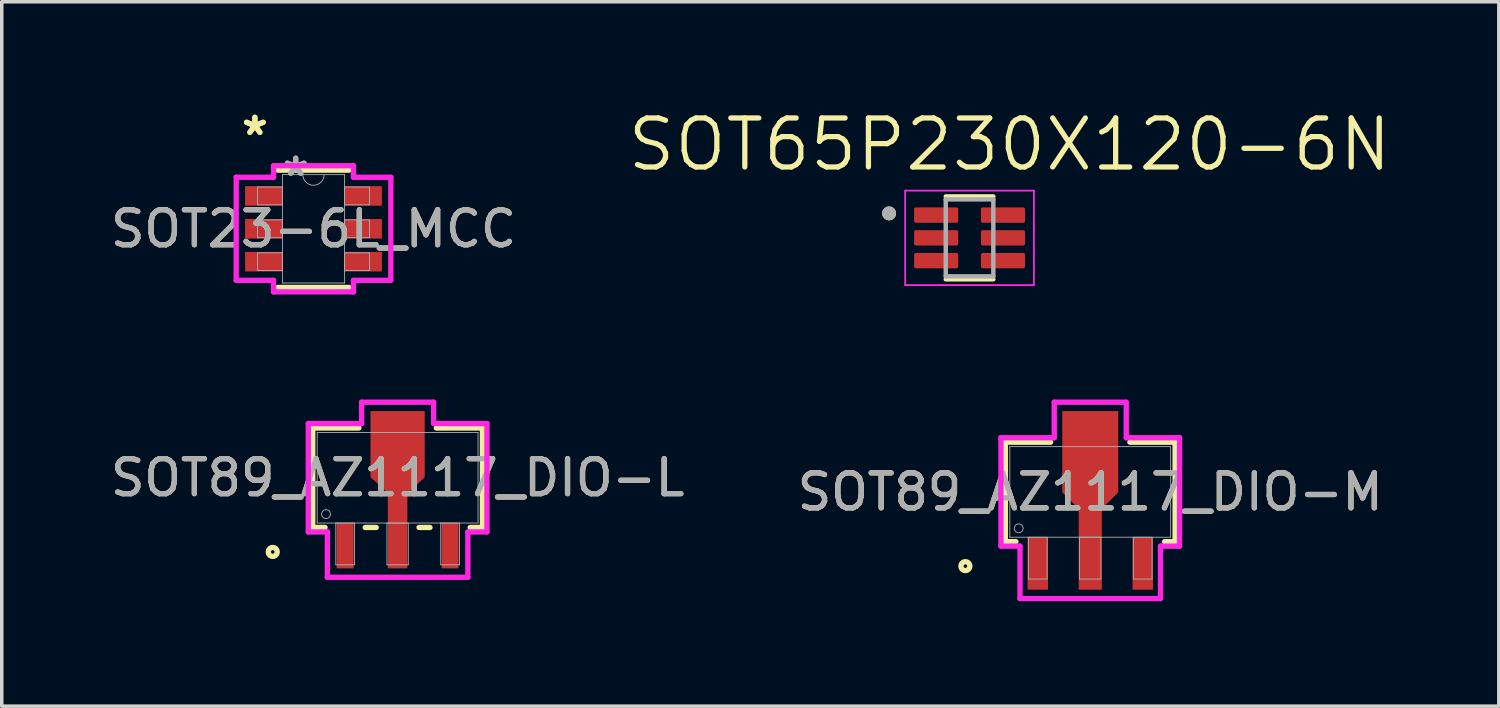
<source format=kicad_pcb>
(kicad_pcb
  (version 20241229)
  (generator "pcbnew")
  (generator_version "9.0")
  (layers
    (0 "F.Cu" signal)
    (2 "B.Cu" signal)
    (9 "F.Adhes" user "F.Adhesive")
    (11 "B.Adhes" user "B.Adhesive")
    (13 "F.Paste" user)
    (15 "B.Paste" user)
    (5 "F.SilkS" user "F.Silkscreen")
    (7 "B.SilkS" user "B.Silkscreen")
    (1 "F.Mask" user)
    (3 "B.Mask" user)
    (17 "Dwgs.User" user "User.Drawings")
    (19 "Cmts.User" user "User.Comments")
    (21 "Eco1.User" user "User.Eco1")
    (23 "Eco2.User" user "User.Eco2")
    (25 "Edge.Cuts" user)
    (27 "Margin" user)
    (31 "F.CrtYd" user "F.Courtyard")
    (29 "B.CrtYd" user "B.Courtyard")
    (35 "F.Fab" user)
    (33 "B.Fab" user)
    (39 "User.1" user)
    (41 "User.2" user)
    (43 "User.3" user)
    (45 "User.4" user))
  (footprint "SOT65P230X120-6N"
    (layer "F.Cu")
    (at 24.663 3.749)
    (property "Reference" "SOT65P230X120-6N" (at 1.143 -2.667 0) (layer "F.SilkS") (effects (font (size 1.4 1.4) (thickness 0.15))))
    (attr smd)
    (fp_line (start -0.68 -1.184) (end 0.68 -1.184) (stroke (width 0.127) (type solid)) (layer "F.SilkS"))
    (fp_line (start 0.68 1.184) (end -0.68 1.184) (stroke (width 0.127) (type solid)) (layer "F.SilkS"))
    (fp_circle (center -2.3 -0.7) (end -2.2 -0.7) (stroke (width 0.2) (type solid)) (fill no) (layer "F.SilkS"))
    (fp_line (start -1.84 -1.35) (end 1.84 -1.35) (stroke (width 0.05) (type solid)) (layer "F.CrtYd"))
    (fp_line (start -1.84 1.35) (end -1.84 -1.35) (stroke (width 0.05) (type solid)) (layer "F.CrtYd"))
    (fp_line (start 1.84 -1.35) (end 1.84 1.35) (stroke (width 0.05) (type solid)) (layer "F.CrtYd"))
    (fp_line (start 1.84 1.35) (end -1.84 1.35) (stroke (width 0.05) (type solid)) (layer "F.CrtYd"))
    (fp_line (start -0.68 -1.1) (end 0.68 -1.1) (stroke (width 0.127) (type solid)) (layer "F.Fab"))
    (fp_line (start -0.68 1.1) (end -0.68 -1.1) (stroke (width 0.127) (type solid)) (layer "F.Fab"))
    (fp_line (start 0.68 -1.1) (end 0.68 1.1) (stroke (width 0.127) (type solid)) (layer "F.Fab"))
    (fp_line (start 0.68 1.1) (end -0.68 1.1) (stroke (width 0.127) (type solid)) (layer "F.Fab"))
    (fp_circle (center -2.3 -0.7) (end -2.2 -0.7) (stroke (width 0.2) (type solid)) (fill no) (layer "F.Fab"))
    (pad "1" smd roundrect (at -0.955 -0.65) (size 1.26 0.44) (layers "F.Cu" "F.Mask" "F.Paste") (roundrect_rratio 0.11))
    (pad "2" smd roundrect (at -0.955 0) (size 1.26 0.44) (layers "F.Cu" "F.Mask" "F.Paste") (roundrect_rratio 0.11))
    (pad "3" smd roundrect (at -0.955 0.65) (size 1.26 0.44) (layers "F.Cu" "F.Mask" "F.Paste") (roundrect_rratio 0.11))
    (pad "4" smd roundrect (at 0.955 0.65) (size 1.26 0.44) (layers "F.Cu" "F.Mask" "F.Paste") (roundrect_rratio 0.11))
    (pad "5" smd roundrect (at 0.955 0) (size 1.26 0.44) (layers "F.Cu" "F.Mask" "F.Paste") (roundrect_rratio 0.11))
    (pad "6" smd roundrect (at 0.955 -0.65) (size 1.26 0.44) (layers "F.Cu" "F.Mask" "F.Paste") (roundrect_rratio 0.11)))
  (footprint "SOT23-6L_MCC"
    (layer "F.Cu")
    (at 5.911 3.49)
    (property "Reference" "SOT23-6L_MCC" (at 0 0 0) (unlocked yes) (layer "F.SilkS") (effects (font (size 1 1) (thickness 0.15))))
    (attr smd)
    (fp_line (start -1.016 1.676) (end 1.016 1.676) (stroke (width 0.152) (type solid)) (layer "F.SilkS"))
    (fp_line (start 1.016 -1.676) (end -1.016 -1.676) (stroke (width 0.152) (type solid)) (layer "F.SilkS"))
    (fp_line (start -2.21 -1.473) (end -1.143 -1.473) (stroke (width 0.152) (type solid)) (layer "F.CrtYd"))
    (fp_line (start -2.21 1.473) (end -2.21 -1.473) (stroke (width 0.152) (type solid)) (layer "F.CrtYd"))
    (fp_line (start -2.21 1.473) (end -1.143 1.473) (stroke (width 0.152) (type solid)) (layer "F.CrtYd"))
    (fp_line (start -1.143 -1.803) (end 1.143 -1.803) (stroke (width 0.152) (type solid)) (layer "F.CrtYd"))
    (fp_line (start -1.143 -1.473) (end -1.143 -1.803) (stroke (width 0.152) (type solid)) (layer "F.CrtYd"))
    (fp_line (start -1.143 1.803) (end -1.143 1.473) (stroke (width 0.152) (type solid)) (layer "F.CrtYd"))
    (fp_line (start 1.143 -1.803) (end 1.143 -1.473) (stroke (width 0.152) (type solid)) (layer "F.CrtYd"))
    (fp_line (start 1.143 1.473) (end 1.143 1.803) (stroke (width 0.152) (type solid)) (layer "F.CrtYd"))
    (fp_line (start 1.143 1.803) (end -1.143 1.803) (stroke (width 0.152) (type solid)) (layer "F.CrtYd"))
    (fp_line (start 2.21 -1.473) (end 1.143 -1.473) (stroke (width 0.152) (type solid)) (layer "F.CrtYd"))
    (fp_line (start 2.21 -1.473) (end 2.21 1.473) (stroke (width 0.152) (type solid)) (layer "F.CrtYd"))
    (fp_line (start 2.21 1.473) (end 1.143 1.473) (stroke (width 0.152) (type solid)) (layer "F.CrtYd"))
    (fp_line (start -1.6 -1.194) (end -1.6 -0.686) (stroke (width 0.025) (type solid)) (layer "F.Fab"))
    (fp_line (start -1.6 -0.686) (end -0.889 -0.686) (stroke (width 0.025) (type solid)) (layer "F.Fab"))
    (fp_line (start -1.6 -0.254) (end -1.6 0.254) (stroke (width 0.025) (type solid)) (layer "F.Fab"))
    (fp_line (start -1.6 0.254) (end -0.889 0.254) (stroke (width 0.025) (type solid)) (layer "F.Fab"))
    (fp_line (start -1.6 0.686) (end -1.6 1.194) (stroke (width 0.025) (type solid)) (layer "F.Fab"))
    (fp_line (start -1.6 1.194) (end -0.889 1.194) (stroke (width 0.025) (type solid)) (layer "F.Fab"))
    (fp_line (start -0.889 -1.549) (end -0.889 1.549) (stroke (width 0.025) (type solid)) (layer "F.Fab"))
    (fp_line (start -0.889 -1.194) (end -1.6 -1.194) (stroke (width 0.025) (type solid)) (layer "F.Fab"))
    (fp_line (start -0.889 -0.686) (end -0.889 -1.194) (stroke (width 0.025) (type solid)) (layer "F.Fab"))
    (fp_line (start -0.889 -0.254) (end -1.6 -0.254) (stroke (width 0.025) (type solid)) (layer "F.Fab"))
    (fp_line (start -0.889 0.254) (end -0.889 -0.254) (stroke (width 0.025) (type solid)) (layer "F.Fab"))
    (fp_line (start -0.889 0.686) (end -1.6 0.686) (stroke (width 0.025) (type solid)) (layer "F.Fab"))
    (fp_line (start -0.889 1.194) (end -0.889 0.686) (stroke (width 0.025) (type solid)) (layer "F.Fab"))
    (fp_line (start -0.889 1.549) (end 0.889 1.549) (stroke (width 0.025) (type solid)) (layer "F.Fab"))
    (fp_line (start 0.889 -1.549) (end -0.889 -1.549) (stroke (width 0.025) (type solid)) (layer "F.Fab"))
    (fp_line (start 0.889 -1.194) (end 0.889 -0.686) (stroke (width 0.025) (type solid)) (layer "F.Fab"))
    (fp_line (start 0.889 -0.686) (end 1.6 -0.686) (stroke (width 0.025) (type solid)) (layer "F.Fab"))
    (fp_line (start 0.889 -0.254) (end 0.889 0.254) (stroke (width 0.025) (type solid)) (layer "F.Fab"))
    (fp_line (start 0.889 0.254) (end 1.6 0.254) (stroke (width 0.025) (type solid)) (layer "F.Fab"))
    (fp_line (start 0.889 0.686) (end 0.889 1.194) (stroke (width 0.025) (type solid)) (layer "F.Fab"))
    (fp_line (start 0.889 1.194) (end 1.6 1.194) (stroke (width 0.025) (type solid)) (layer "F.Fab"))
    (fp_line (start 0.889 1.549) (end 0.889 -1.549) (stroke (width 0.025) (type solid)) (layer "F.Fab"))
    (fp_line (start 1.6 -1.194) (end 0.889 -1.194) (stroke (width 0.025) (type solid)) (layer "F.Fab"))
    (fp_line (start 1.6 -0.686) (end 1.6 -1.194) (stroke (width 0.025) (type solid)) (layer "F.Fab"))
    (fp_line (start 1.6 -0.254) (end 0.889 -0.254) (stroke (width 0.025) (type solid)) (layer "F.Fab"))
    (fp_line (start 1.6 0.254) (end 1.6 -0.254) (stroke (width 0.025) (type solid)) (layer "F.Fab"))
    (fp_line (start 1.6 0.686) (end 0.889 0.686) (stroke (width 0.025) (type solid)) (layer "F.Fab"))
    (fp_line (start 1.6 1.194) (end 1.6 0.686) (stroke (width 0.025) (type solid)) (layer "F.Fab"))
    (fp_arc (start 0.3048 -1.5494) (mid 0 -1.2446) (end -0.3048 -1.5494) (stroke (width 0.0254) (type solid)) (layer "F.Fab"))
    (fp_text user "*" (at -1.676 -2.642 0) (layer "F.SilkS") (effects (font (size 1 1) (thickness 0.15))))
    (fp_text user "*" (at -1.676 -2.642 0) (unlocked yes) (layer "F.SilkS") (effects (font (size 1 1) (thickness 0.15))))
    (fp_text user "*" (at -0.508 -1.473 0) (layer "F.Fab") (effects (font (size 1 1) (thickness 0.15))))
    (fp_text user "${REFERENCE}" (at 0 0 0) (unlocked yes) (layer "F.Fab") (effects (font (size 1 1) (thickness 0.15))))
    (fp_text user "*" (at -0.508 -1.473 0) (unlocked yes) (layer "F.Fab") (effects (font (size 1 1) (thickness 0.15))))
    (pad "1" smd rect (at -1.422 -0.94) (size 1.067 0.559) (layers "F.Cu" "F.Mask" "F.Paste"))
    (pad "2" smd rect (at -1.422 0) (size 1.067 0.559) (layers "F.Cu" "F.Mask" "F.Paste"))
    (pad "3" smd rect (at -1.422 0.94) (size 1.067 0.559) (layers "F.Cu" "F.Mask" "F.Paste"))
    (pad "4" smd rect (at 1.422 0.94) (size 1.067 0.559) (layers "F.Cu" "F.Mask" "F.Paste"))
    (pad "5" smd rect (at 1.422 0) (size 1.067 0.559) (layers "F.Cu" "F.Mask" "F.Paste"))
    (pad "6" smd rect (at 1.422 -0.94) (size 1.067 0.559) (layers "F.Cu" "F.Mask" "F.Paste")))
  (footprint "SOT89_AZ1117_DIO-L"
    (layer "F.Cu")
    (at 8.315 10.605)
    (property "Reference" "SOT89_AZ1117_DIO-L" (at 0 0 0) (unlocked yes) (layer "F.SilkS") (effects (font (size 1 1) (thickness 0.15))))
    (attr smd)
    (fp_poly (pts (xy -0.279 1.295) (xy -0.279 0.432) (xy -0.775 -0.013) (xy -0.775 -1.905) (xy 0.775 -1.905) (xy 0.775 -0.013) (xy 0.279 0.457) (xy 0.279 1.295)) (stroke (width 0) (type solid)) (fill yes) (layer "F.Cu"))
    (fp_poly (pts (xy -0.279 1.27) (xy -0.279 0.432) (xy -0.749 -0.038) (xy -0.749 -1.854) (xy 0.749 -1.854) (xy 0.749 -0.038) (xy 0.279 0.432) (xy 0.279 1.27)) (stroke (width 0) (type solid)) (fill yes) (layer "F.Mask"))
    (fp_line (start -2.426 -1.422) (end -2.426 1.422) (stroke (width 0.152) (type solid)) (layer "F.SilkS"))
    (fp_line (start -2.426 1.422) (end -2.074 1.422) (stroke (width 0.152) (type solid)) (layer "F.SilkS"))
    (fp_line (start -1.107 -1.422) (end -2.426 -1.422) (stroke (width 0.152) (type solid)) (layer "F.SilkS"))
    (fp_line (start -0.926 1.422) (end -0.612 1.422) (stroke (width 0.152) (type solid)) (layer "F.SilkS"))
    (fp_line (start 0.612 1.422) (end 0.926 1.422) (stroke (width 0.152) (type solid)) (layer "F.SilkS"))
    (fp_line (start 2.074 1.422) (end 2.426 1.422) (stroke (width 0.152) (type solid)) (layer "F.SilkS"))
    (fp_line (start 2.426 -1.422) (end 1.107 -1.422) (stroke (width 0.152) (type solid)) (layer "F.SilkS"))
    (fp_line (start 2.426 1.422) (end 2.426 -1.422) (stroke (width 0.152) (type solid)) (layer "F.SilkS"))
    (fp_circle (center -3.569 2.121) (end -3.442 2.121) (stroke (width 0.152) (type solid)) (fill no) (layer "F.SilkS"))
    (fp_poly (pts (xy -0.279 1.27) (xy -0.279 0.432) (xy -0.749 -0.038) (xy -0.749 -1.854) (xy 0.749 -1.854) (xy 0.749 -0.038) (xy 0.279 0.432) (xy 0.279 1.27)) (stroke (width 0) (type solid)) (fill yes) (layer "F.Paste"))
    (fp_line (start -2.553 -1.549) (end -1.029 -1.549) (stroke (width 0.152) (type solid)) (layer "F.CrtYd"))
    (fp_line (start -2.553 1.549) (end -2.553 -1.549) (stroke (width 0.152) (type solid)) (layer "F.CrtYd"))
    (fp_line (start -2.008 1.549) (end -2.553 1.549) (stroke (width 0.152) (type solid)) (layer "F.CrtYd"))
    (fp_line (start -2.008 2.845) (end -2.008 1.549) (stroke (width 0.152) (type solid)) (layer "F.CrtYd"))
    (fp_line (start -1.029 -2.159) (end 1.029 -2.159) (stroke (width 0.152) (type solid)) (layer "F.CrtYd"))
    (fp_line (start -1.029 -1.549) (end -1.029 -2.159) (stroke (width 0.152) (type solid)) (layer "F.CrtYd"))
    (fp_line (start 1.029 -2.159) (end 1.029 -1.549) (stroke (width 0.152) (type solid)) (layer "F.CrtYd"))
    (fp_line (start 1.029 -1.549) (end 2.553 -1.549) (stroke (width 0.152) (type solid)) (layer "F.CrtYd"))
    (fp_line (start 2.008 1.549) (end 2.008 2.845) (stroke (width 0.152) (type solid)) (layer "F.CrtYd"))
    (fp_line (start 2.008 2.845) (end -2.008 2.845) (stroke (width 0.152) (type solid)) (layer "F.CrtYd"))
    (fp_line (start 2.553 -1.549) (end 2.553 1.549) (stroke (width 0.152) (type solid)) (layer "F.CrtYd"))
    (fp_line (start 2.553 1.549) (end 2.008 1.549) (stroke (width 0.152) (type solid)) (layer "F.CrtYd"))
    (fp_line (start -2.299 -1.295) (end -2.299 1.295) (stroke (width 0.025) (type solid)) (layer "F.Fab"))
    (fp_line (start -2.299 1.295) (end 2.299 1.295) (stroke (width 0.025) (type solid)) (layer "F.Fab"))
    (fp_line (start -1.767 1.295) (end -1.767 2.489) (stroke (width 0.025) (type solid)) (layer "F.Fab"))
    (fp_line (start -1.767 2.489) (end -1.233 2.489) (stroke (width 0.025) (type solid)) (layer "F.Fab"))
    (fp_line (start -1.233 1.295) (end -1.767 1.295) (stroke (width 0.025) (type solid)) (layer "F.Fab"))
    (fp_line (start -1.233 2.489) (end -1.233 1.295) (stroke (width 0.025) (type solid)) (layer "F.Fab"))
    (fp_line (start -0.305 1.295) (end -0.305 2.489) (stroke (width 0.025) (type solid)) (layer "F.Fab"))
    (fp_line (start -0.305 2.489) (end 0.305 2.489) (stroke (width 0.025) (type solid)) (layer "F.Fab"))
    (fp_line (start 0.305 1.295) (end -0.305 1.295) (stroke (width 0.025) (type solid)) (layer "F.Fab"))
    (fp_line (start 0.305 2.489) (end 0.305 1.295) (stroke (width 0.025) (type solid)) (layer "F.Fab"))
    (fp_line (start 1.233 1.295) (end 1.233 2.489) (stroke (width 0.025) (type solid)) (layer "F.Fab"))
    (fp_line (start 1.233 2.489) (end 1.767 2.489) (stroke (width 0.025) (type solid)) (layer "F.Fab"))
    (fp_line (start 1.767 1.295) (end 1.233 1.295) (stroke (width 0.025) (type solid)) (layer "F.Fab"))
    (fp_line (start 1.767 2.489) (end 1.767 1.295) (stroke (width 0.025) (type solid)) (layer "F.Fab"))
    (fp_line (start 2.299 -1.295) (end -2.299 -1.295) (stroke (width 0.025) (type solid)) (layer "F.Fab"))
    (fp_line (start 2.299 1.295) (end 2.299 -1.295) (stroke (width 0.025) (type solid)) (layer "F.Fab"))
    (fp_circle (center -2.045 1.041) (end -1.918 1.041) (stroke (width 0.025) (type solid)) (fill no) (layer "F.Fab"))
    (fp_text user "${REFERENCE}" (at 0 0 0) (unlocked yes) (layer "F.Fab") (effects (font (size 1 1) (thickness 0.15))))
    (pad "1" smd rect (at -1.5 1.943) (size 0.483 1.295) (layers "F.Cu" "F.Mask" "F.Paste"))
    (pad "2" smd rect (at 0 1.943) (size 0.559 1.295) (layers "F.Cu" "F.Mask" "F.Paste"))
    (pad "3" smd rect (at 1.5 1.943) (size 0.483 1.295) (layers "F.Cu" "F.Mask" "F.Paste")))
  (footprint "SOT89_AZ1117_DIO-M"
    (layer "F.Cu")
    (at 28.113 11.011)
    (property "Reference" "SOT89_AZ1117_DIO-M" (at 0 0 0) (unlocked yes) (layer "F.SilkS") (effects (font (size 1 1) (thickness 0.15))))
    (attr smd)
    (fp_poly (pts (xy -0.33 1.295) (xy -0.33 0.483) (xy -0.8 0.013) (xy -0.8 -2.311) (xy 0.8 -2.311) (xy 0.8 0.013) (xy 0.33 0.483) (xy 0.33 1.295)) (stroke (width 0) (type solid)) (fill yes) (layer "F.Cu"))
    (fp_poly (pts (xy -0.33 1.321) (xy -0.33 0.483) (xy -0.8 0.013) (xy -0.8 -2.057) (xy 0.8 -2.057) (xy 0.8 0.013) (xy 0.33 0.483) (xy 0.33 1.321)) (stroke (width 0) (type solid)) (fill yes) (layer "F.Mask"))
    (fp_line (start -2.426 -1.422) (end -2.426 1.422) (stroke (width 0.152) (type solid)) (layer "F.SilkS"))
    (fp_line (start -2.426 1.422) (end -2.125 1.422) (stroke (width 0.152) (type solid)) (layer "F.SilkS"))
    (fp_line (start -1.133 -1.422) (end -2.426 -1.422) (stroke (width 0.152) (type solid)) (layer "F.SilkS"))
    (fp_line (start 2.125 1.422) (end 2.426 1.422) (stroke (width 0.152) (type solid)) (layer "F.SilkS"))
    (fp_line (start 2.426 -1.422) (end 1.133 -1.422) (stroke (width 0.152) (type solid)) (layer "F.SilkS"))
    (fp_line (start 2.426 1.422) (end 2.426 -1.422) (stroke (width 0.152) (type solid)) (layer "F.SilkS"))
    (fp_circle (center -3.569 2.121) (end -3.442 2.121) (stroke (width 0.152) (type solid)) (fill no) (layer "F.SilkS"))
    (fp_poly (pts (xy -0.33 1.321) (xy -0.33 0.483) (xy -0.8 0.013) (xy -0.8 -2.057) (xy 0.8 -2.057) (xy 0.8 0.013) (xy 0.33 0.483) (xy 0.33 1.321)) (stroke (width 0) (type solid)) (fill yes) (layer "F.Paste"))
    (fp_line (start -2.553 -1.549) (end -1.029 -1.549) (stroke (width 0.152) (type solid)) (layer "F.CrtYd"))
    (fp_line (start -2.553 1.549) (end -2.553 -1.549) (stroke (width 0.152) (type solid)) (layer "F.CrtYd"))
    (fp_line (start -2.008 1.549) (end -2.553 1.549) (stroke (width 0.152) (type solid)) (layer "F.CrtYd"))
    (fp_line (start -2.008 3.048) (end -2.008 1.549) (stroke (width 0.152) (type solid)) (layer "F.CrtYd"))
    (fp_line (start -1.029 -2.565) (end 1.029 -2.565) (stroke (width 0.152) (type solid)) (layer "F.CrtYd"))
    (fp_line (start -1.029 -1.549) (end -1.029 -2.565) (stroke (width 0.152) (type solid)) (layer "F.CrtYd"))
    (fp_line (start 1.029 -2.565) (end 1.029 -1.549) (stroke (width 0.152) (type solid)) (layer "F.CrtYd"))
    (fp_line (start 1.029 -1.549) (end 2.553 -1.549) (stroke (width 0.152) (type solid)) (layer "F.CrtYd"))
    (fp_line (start 2.008 1.549) (end 2.008 3.048) (stroke (width 0.152) (type solid)) (layer "F.CrtYd"))
    (fp_line (start 2.008 3.048) (end -2.008 3.048) (stroke (width 0.152) (type solid)) (layer "F.CrtYd"))
    (fp_line (start 2.553 -1.549) (end 2.553 1.549) (stroke (width 0.152) (type solid)) (layer "F.CrtYd"))
    (fp_line (start 2.553 1.549) (end 2.008 1.549) (stroke (width 0.152) (type solid)) (layer "F.CrtYd"))
    (fp_line (start -2.299 -1.295) (end -2.299 1.295) (stroke (width 0.025) (type solid)) (layer "F.Fab"))
    (fp_line (start -2.299 1.295) (end 2.299 1.295) (stroke (width 0.025) (type solid)) (layer "F.Fab"))
    (fp_line (start -1.767 1.295) (end -1.767 2.489) (stroke (width 0.025) (type solid)) (layer "F.Fab"))
    (fp_line (start -1.767 2.489) (end -1.233 2.489) (stroke (width 0.025) (type solid)) (layer "F.Fab"))
    (fp_line (start -1.233 1.295) (end -1.767 1.295) (stroke (width 0.025) (type solid)) (layer "F.Fab"))
    (fp_line (start -1.233 2.489) (end -1.233 1.295) (stroke (width 0.025) (type solid)) (layer "F.Fab"))
    (fp_line (start -0.305 1.295) (end -0.305 2.489) (stroke (width 0.025) (type solid)) (layer "F.Fab"))
    (fp_line (start -0.305 2.489) (end 0.305 2.489) (stroke (width 0.025) (type solid)) (layer "F.Fab"))
    (fp_line (start 0.305 1.295) (end -0.305 1.295) (stroke (width 0.025) (type solid)) (layer "F.Fab"))
    (fp_line (start 0.305 2.489) (end 0.305 1.295) (stroke (width 0.025) (type solid)) (layer "F.Fab"))
    (fp_line (start 1.233 1.295) (end 1.233 2.489) (stroke (width 0.025) (type solid)) (layer "F.Fab"))
    (fp_line (start 1.233 2.489) (end 1.767 2.489) (stroke (width 0.025) (type solid)) (layer "F.Fab"))
    (fp_line (start 1.767 1.295) (end 1.233 1.295) (stroke (width 0.025) (type solid)) (layer "F.Fab"))
    (fp_line (start 1.767 2.489) (end 1.767 1.295) (stroke (width 0.025) (type solid)) (layer "F.Fab"))
    (fp_line (start 2.299 -1.295) (end -2.299 -1.295) (stroke (width 0.025) (type solid)) (layer "F.Fab"))
    (fp_line (start 2.299 1.295) (end 2.299 -1.295) (stroke (width 0.025) (type solid)) (layer "F.Fab"))
    (fp_circle (center -2.045 1.041) (end -1.918 1.041) (stroke (width 0.025) (type solid)) (fill no) (layer "F.Fab"))
    (fp_text user "${REFERENCE}" (at 0 0 0) (unlocked yes) (layer "F.Fab") (effects (font (size 1 1) (thickness 0.15))))
    (pad "1" smd rect (at -1.5 2.045) (size 0.584 1.499) (layers "F.Cu" "F.Mask" "F.Paste"))
    (pad "2" smd rect (at 0 2.045) (size 0.66 1.499) (layers "F.Cu" "F.Mask" "F.Paste"))
    (pad "3" smd rect (at 1.5 2.045) (size 0.584 1.499) (layers "F.Cu" "F.Mask" "F.Paste")))
  (gr_rect
    (start -3 -3)
    (end 39.791 17.135)
    (stroke (width 0.1) (type default))
    (fill no)
    (layer "Edge.Cuts")))
</source>
